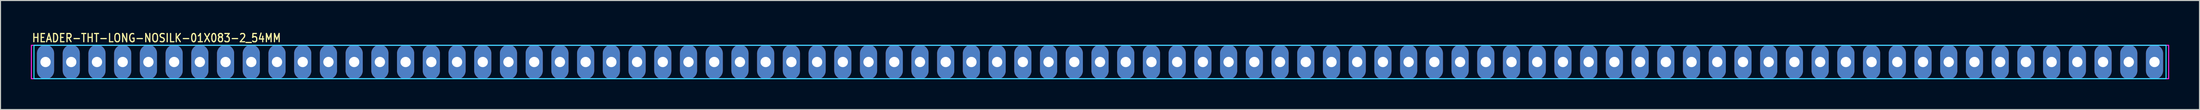
<source format=kicad_pcb>
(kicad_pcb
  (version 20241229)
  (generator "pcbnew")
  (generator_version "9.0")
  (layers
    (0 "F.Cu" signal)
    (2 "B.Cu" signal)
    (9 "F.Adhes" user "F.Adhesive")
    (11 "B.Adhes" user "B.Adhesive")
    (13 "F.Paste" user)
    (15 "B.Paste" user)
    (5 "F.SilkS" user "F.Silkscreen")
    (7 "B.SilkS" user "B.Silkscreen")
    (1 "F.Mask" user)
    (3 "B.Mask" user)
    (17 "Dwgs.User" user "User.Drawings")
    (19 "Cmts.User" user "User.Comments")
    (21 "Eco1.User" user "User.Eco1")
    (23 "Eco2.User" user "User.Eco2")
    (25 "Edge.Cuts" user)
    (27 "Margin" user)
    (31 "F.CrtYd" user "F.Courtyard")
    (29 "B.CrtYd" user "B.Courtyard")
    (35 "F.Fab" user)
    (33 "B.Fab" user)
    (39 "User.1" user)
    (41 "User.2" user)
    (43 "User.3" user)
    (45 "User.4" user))
  (footprint "HEADER-THT-LONG-NOSILK-01X083-2_54MM"
    (layer "F.Cu")
    (at 1.447 3.079)
    (property "Reference" "HEADER-THT-LONG-NOSILK-01X083-2_54MM" (at -1.4 -1.9 0) (unlocked yes) (layer "F.SilkS") (effects (font (size 0.813 0.695) (thickness 0.122)) (justify left bottom)))
    (fp_poly (pts (xy -1.143 -1.651) (xy 209.423 -1.651) (xy 209.423 1.651) (xy -1.143 1.651)) (stroke (width 0.1) (type solid)) (fill no) (layer "B.CrtYd"))
    (fp_poly (pts (xy -1.397 -1.651) (xy 209.677 -1.651) (xy 209.677 1.651) (xy -1.397 1.651)) (stroke (width 0.1) (type solid)) (fill no) (layer "F.CrtYd"))
    (pad "1" thru_hole oval (at 0 0 90) (size 3.387 1.693) (drill 1.016) (layers "*.Cu" "*.Mask"))
    (pad "2" thru_hole oval (at 2.54 0 90) (size 3.387 1.693) (drill 1.016) (layers "*.Cu" "*.Mask"))
    (pad "3" thru_hole oval (at 5.08 0 90) (size 3.387 1.693) (drill 1.016) (layers "*.Cu" "*.Mask"))
    (pad "4" thru_hole oval (at 7.62 0 90) (size 3.387 1.693) (drill 1.016) (layers "*.Cu" "*.Mask"))
    (pad "5" thru_hole oval (at 10.16 0 90) (size 3.387 1.693) (drill 1.016) (layers "*.Cu" "*.Mask"))
    (pad "6" thru_hole oval (at 12.7 0 90) (size 3.387 1.693) (drill 1.016) (layers "*.Cu" "*.Mask"))
    (pad "7" thru_hole oval (at 15.24 0 90) (size 3.387 1.693) (drill 1.016) (layers "*.Cu" "*.Mask"))
    (pad "8" thru_hole oval (at 17.78 0 90) (size 3.387 1.693) (drill 1.016) (layers "*.Cu" "*.Mask"))
    (pad "9" thru_hole oval (at 20.32 0 90) (size 3.387 1.693) (drill 1.016) (layers "*.Cu" "*.Mask"))
    (pad "10" thru_hole oval (at 22.86 0 90) (size 3.387 1.693) (drill 1.016) (layers "*.Cu" "*.Mask"))
    (pad "11" thru_hole oval (at 25.4 0 90) (size 3.387 1.693) (drill 1.016) (layers "*.Cu" "*.Mask"))
    (pad "12" thru_hole oval (at 27.94 0 90) (size 3.387 1.693) (drill 1.016) (layers "*.Cu" "*.Mask"))
    (pad "13" thru_hole oval (at 30.48 0 90) (size 3.387 1.693) (drill 1.016) (layers "*.Cu" "*.Mask"))
    (pad "14" thru_hole oval (at 33.02 0 90) (size 3.387 1.693) (drill 1.016) (layers "*.Cu" "*.Mask"))
    (pad "15" thru_hole oval (at 35.56 0 90) (size 3.387 1.693) (drill 1.016) (layers "*.Cu" "*.Mask"))
    (pad "16" thru_hole oval (at 38.1 0 90) (size 3.387 1.693) (drill 1.016) (layers "*.Cu" "*.Mask"))
    (pad "17" thru_hole oval (at 40.64 0 90) (size 3.387 1.693) (drill 1.016) (layers "*.Cu" "*.Mask"))
    (pad "18" thru_hole oval (at 43.18 0 90) (size 3.387 1.693) (drill 1.016) (layers "*.Cu" "*.Mask"))
    (pad "19" thru_hole oval (at 45.72 0 90) (size 3.387 1.693) (drill 1.016) (layers "*.Cu" "*.Mask"))
    (pad "20" thru_hole oval (at 48.26 0 90) (size 3.387 1.693) (drill 1.016) (layers "*.Cu" "*.Mask"))
    (pad "21" thru_hole oval (at 50.8 0 90) (size 3.387 1.693) (drill 1.016) (layers "*.Cu" "*.Mask"))
    (pad "22" thru_hole oval (at 53.34 0 90) (size 3.387 1.693) (drill 1.016) (layers "*.Cu" "*.Mask"))
    (pad "23" thru_hole oval (at 55.88 0 90) (size 3.387 1.693) (drill 1.016) (layers "*.Cu" "*.Mask"))
    (pad "24" thru_hole oval (at 58.42 0 90) (size 3.387 1.693) (drill 1.016) (layers "*.Cu" "*.Mask"))
    (pad "25" thru_hole oval (at 60.96 0 90) (size 3.387 1.693) (drill 1.016) (layers "*.Cu" "*.Mask"))
    (pad "26" thru_hole oval (at 63.5 0 90) (size 3.387 1.693) (drill 1.016) (layers "*.Cu" "*.Mask"))
    (pad "27" thru_hole oval (at 66.04 0 90) (size 3.387 1.693) (drill 1.016) (layers "*.Cu" "*.Mask"))
    (pad "28" thru_hole oval (at 68.58 0 90) (size 3.387 1.693) (drill 1.016) (layers "*.Cu" "*.Mask"))
    (pad "29" thru_hole oval (at 71.12 0 90) (size 3.387 1.693) (drill 1.016) (layers "*.Cu" "*.Mask"))
    (pad "30" thru_hole oval (at 73.66 0 90) (size 3.387 1.693) (drill 1.016) (layers "*.Cu" "*.Mask"))
    (pad "31" thru_hole oval (at 76.2 0 90) (size 3.387 1.693) (drill 1.016) (layers "*.Cu" "*.Mask"))
    (pad "32" thru_hole oval (at 78.74 0 90) (size 3.387 1.693) (drill 1.016) (layers "*.Cu" "*.Mask"))
    (pad "33" thru_hole oval (at 81.28 0 90) (size 3.387 1.693) (drill 1.016) (layers "*.Cu" "*.Mask"))
    (pad "34" thru_hole oval (at 83.82 0 90) (size 3.387 1.693) (drill 1.016) (layers "*.Cu" "*.Mask"))
    (pad "35" thru_hole oval (at 86.36 0 90) (size 3.387 1.693) (drill 1.016) (layers "*.Cu" "*.Mask"))
    (pad "36" thru_hole oval (at 88.9 0 90) (size 3.387 1.693) (drill 1.016) (layers "*.Cu" "*.Mask"))
    (pad "37" thru_hole oval (at 91.44 0 90) (size 3.387 1.693) (drill 1.016) (layers "*.Cu" "*.Mask"))
    (pad "38" thru_hole oval (at 93.98 0 90) (size 3.387 1.693) (drill 1.016) (layers "*.Cu" "*.Mask"))
    (pad "39" thru_hole oval (at 96.52 0 90) (size 3.387 1.693) (drill 1.016) (layers "*.Cu" "*.Mask"))
    (pad "40" thru_hole oval (at 99.06 0 90) (size 3.387 1.693) (drill 1.016) (layers "*.Cu" "*.Mask"))
    (pad "41" thru_hole oval (at 101.6 0 90) (size 3.387 1.693) (drill 1.016) (layers "*.Cu" "*.Mask"))
    (pad "42" thru_hole oval (at 104.14 0 90) (size 3.387 1.693) (drill 1.016) (layers "*.Cu" "*.Mask"))
    (pad "43" thru_hole oval (at 106.68 0 90) (size 3.387 1.693) (drill 1.016) (layers "*.Cu" "*.Mask"))
    (pad "44" thru_hole oval (at 109.22 0 90) (size 3.387 1.693) (drill 1.016) (layers "*.Cu" "*.Mask"))
    (pad "45" thru_hole oval (at 111.76 0 90) (size 3.387 1.693) (drill 1.016) (layers "*.Cu" "*.Mask"))
    (pad "46" thru_hole oval (at 114.3 0 90) (size 3.387 1.693) (drill 1.016) (layers "*.Cu" "*.Mask"))
    (pad "47" thru_hole oval (at 116.84 0 90) (size 3.387 1.693) (drill 1.016) (layers "*.Cu" "*.Mask"))
    (pad "48" thru_hole oval (at 119.38 0 90) (size 3.387 1.693) (drill 1.016) (layers "*.Cu" "*.Mask"))
    (pad "49" thru_hole oval (at 121.92 0 90) (size 3.387 1.693) (drill 1.016) (layers "*.Cu" "*.Mask"))
    (pad "50" thru_hole oval (at 124.46 0 90) (size 3.387 1.693) (drill 1.016) (layers "*.Cu" "*.Mask"))
    (pad "51" thru_hole oval (at 127 0 90) (size 3.387 1.693) (drill 1.016) (layers "*.Cu" "*.Mask"))
    (pad "52" thru_hole oval (at 129.54 0 90) (size 3.387 1.693) (drill 1.016) (layers "*.Cu" "*.Mask"))
    (pad "53" thru_hole oval (at 132.08 0 90) (size 3.387 1.693) (drill 1.016) (layers "*.Cu" "*.Mask"))
    (pad "54" thru_hole oval (at 134.62 0 90) (size 3.387 1.693) (drill 1.016) (layers "*.Cu" "*.Mask"))
    (pad "55" thru_hole oval (at 137.16 0 90) (size 3.387 1.693) (drill 1.016) (layers "*.Cu" "*.Mask"))
    (pad "56" thru_hole oval (at 139.7 0 90) (size 3.387 1.693) (drill 1.016) (layers "*.Cu" "*.Mask"))
    (pad "57" thru_hole oval (at 142.24 0 90) (size 3.387 1.693) (drill 1.016) (layers "*.Cu" "*.Mask"))
    (pad "58" thru_hole oval (at 144.78 0 90) (size 3.387 1.693) (drill 1.016) (layers "*.Cu" "*.Mask"))
    (pad "59" thru_hole oval (at 147.32 0 90) (size 3.387 1.693) (drill 1.016) (layers "*.Cu" "*.Mask"))
    (pad "60" thru_hole oval (at 149.86 0 90) (size 3.387 1.693) (drill 1.016) (layers "*.Cu" "*.Mask"))
    (pad "61" thru_hole oval (at 152.4 0 90) (size 3.387 1.693) (drill 1.016) (layers "*.Cu" "*.Mask"))
    (pad "62" thru_hole oval (at 154.94 0 90) (size 3.387 1.693) (drill 1.016) (layers "*.Cu" "*.Mask"))
    (pad "63" thru_hole oval (at 157.48 0 90) (size 3.387 1.693) (drill 1.016) (layers "*.Cu" "*.Mask"))
    (pad "64" thru_hole oval (at 160.02 0 90) (size 3.387 1.693) (drill 1.016) (layers "*.Cu" "*.Mask"))
    (pad "65" thru_hole oval (at 162.56 0 90) (size 3.387 1.693) (drill 1.016) (layers "*.Cu" "*.Mask"))
    (pad "66" thru_hole oval (at 165.1 0 90) (size 3.387 1.693) (drill 1.016) (layers "*.Cu" "*.Mask"))
    (pad "67" thru_hole oval (at 167.64 0 90) (size 3.387 1.693) (drill 1.016) (layers "*.Cu" "*.Mask"))
    (pad "68" thru_hole oval (at 170.18 0 90) (size 3.387 1.693) (drill 1.016) (layers "*.Cu" "*.Mask"))
    (pad "69" thru_hole oval (at 172.72 0 90) (size 3.387 1.693) (drill 1.016) (layers "*.Cu" "*.Mask"))
    (pad "70" thru_hole oval (at 175.26 0 90) (size 3.387 1.693) (drill 1.016) (layers "*.Cu" "*.Mask"))
    (pad "71" thru_hole oval (at 177.8 0 90) (size 3.387 1.693) (drill 1.016) (layers "*.Cu" "*.Mask"))
    (pad "72" thru_hole oval (at 180.34 0 90) (size 3.387 1.693) (drill 1.016) (layers "*.Cu" "*.Mask"))
    (pad "73" thru_hole oval (at 182.88 0 90) (size 3.387 1.693) (drill 1.016) (layers "*.Cu" "*.Mask"))
    (pad "74" thru_hole oval (at 185.42 0 90) (size 3.387 1.693) (drill 1.016) (layers "*.Cu" "*.Mask"))
    (pad "75" thru_hole oval (at 187.96 0 90) (size 3.387 1.693) (drill 1.016) (layers "*.Cu" "*.Mask"))
    (pad "76" thru_hole oval (at 190.5 0 90) (size 3.387 1.693) (drill 1.016) (layers "*.Cu" "*.Mask"))
    (pad "77" thru_hole oval (at 193.04 0 90) (size 3.387 1.693) (drill 1.016) (layers "*.Cu" "*.Mask"))
    (pad "78" thru_hole oval (at 195.58 0 90) (size 3.387 1.693) (drill 1.016) (layers "*.Cu" "*.Mask"))
    (pad "79" thru_hole oval (at 198.12 0 90) (size 3.387 1.693) (drill 1.016) (layers "*.Cu" "*.Mask"))
    (pad "80" thru_hole oval (at 200.66 0 90) (size 3.387 1.693) (drill 1.016) (layers "*.Cu" "*.Mask"))
    (pad "81" thru_hole oval (at 203.2 0 90) (size 3.387 1.693) (drill 1.016) (layers "*.Cu" "*.Mask"))
    (pad "82" thru_hole oval (at 205.74 0 90) (size 3.387 1.693) (drill 1.016) (layers "*.Cu" "*.Mask"))
    (pad "83" thru_hole oval (at 208.28 0 90) (size 3.387 1.693) (drill 1.016) (layers "*.Cu" "*.Mask")))
  (gr_rect
    (start -3 -3)
    (end 214.174 7.78)
    (stroke (width 0.1) (type default))
    (fill no)
    (layer "Edge.Cuts")))
</source>
